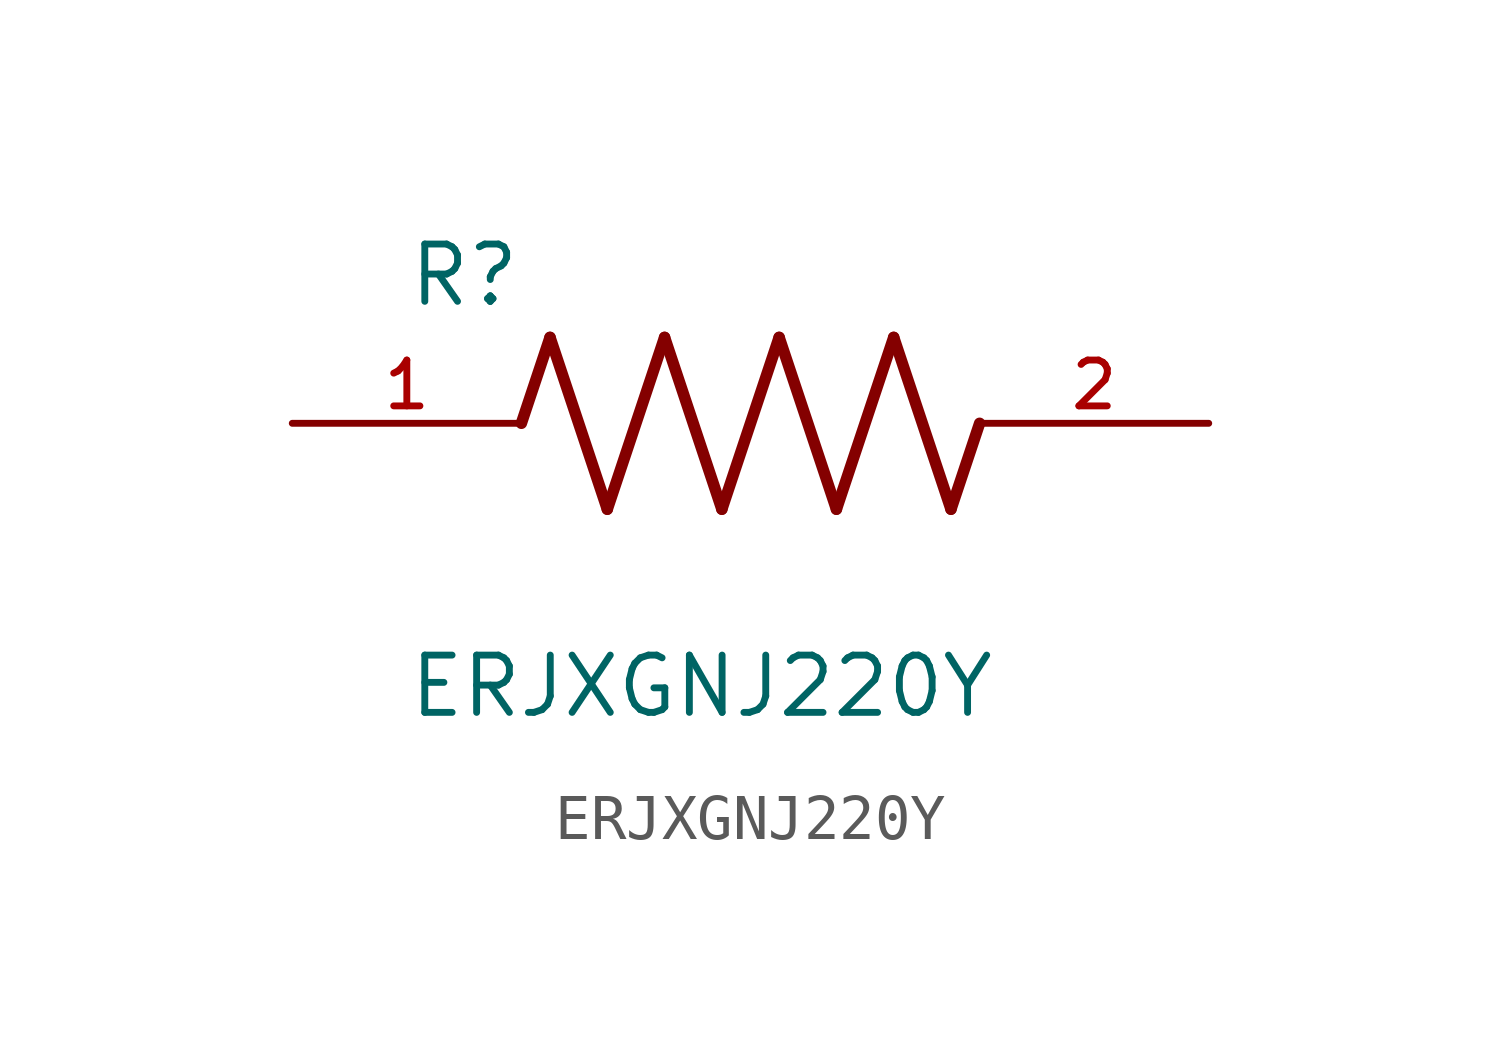
<source format=kicad_sym>
(kicad_symbol_lib
  (version 20211014)
  (generator kicad_symbol_editor)
  (symbol "ERJXGNJ220Y"
    (pin_names
      (offset 1.016))
    (property "Reference" "R"
      (at -7.624 2.541 0)
      (effects (font (size 1.27 1.27)) (justify bottom left)))
    (property "Value" "ERJXGNJ220Y"
      (at -7.624 -5.087 0)
      (effects (font (size 1.27 1.27)) (justify top left)))
    (symbol "ERJXGNJ220Y_0_0"
      (polyline (pts (xy -5.08 0.0) (xy -4.445 1.905)) (stroke (width 0.254)))
      (polyline (pts (xy -4.445 1.905) (xy -3.175 -1.905)) (stroke (width 0.254)))
      (polyline (pts (xy -3.175 -1.905) (xy -1.905 1.905)) (stroke (width 0.254)))
      (polyline (pts (xy -1.905 1.905) (xy -0.635 -1.905)) (stroke (width 0.254)))
      (polyline (pts (xy -0.635 -1.905) (xy 0.635 1.905)) (stroke (width 0.254)))
      (polyline (pts (xy 0.635 1.905) (xy 1.905 -1.905)) (stroke (width 0.254)))
      (polyline (pts (xy 1.905 -1.905) (xy 3.175 1.905)) (stroke (width 0.254)))
      (polyline (pts (xy 3.175 1.905) (xy 4.445 -1.905)) (stroke (width 0.254)))
      (polyline (pts (xy 4.445 -1.905) (xy 5.08 0.0)) (stroke (width 0.254)))
      (pin passive line (at -10.16 0.0 0) (length 5.08) (name "~" (effects (font (size 1.016 1.016)))) (number "1" (effects (font (size 1.016 1.016)))))
      (pin passive line (at 10.16 0.0 180.0) (length 5.08) (name "~" (effects (font (size 1.016 1.016)))) (number "2" (effects (font (size 1.016 1.016))))))))
</source>
